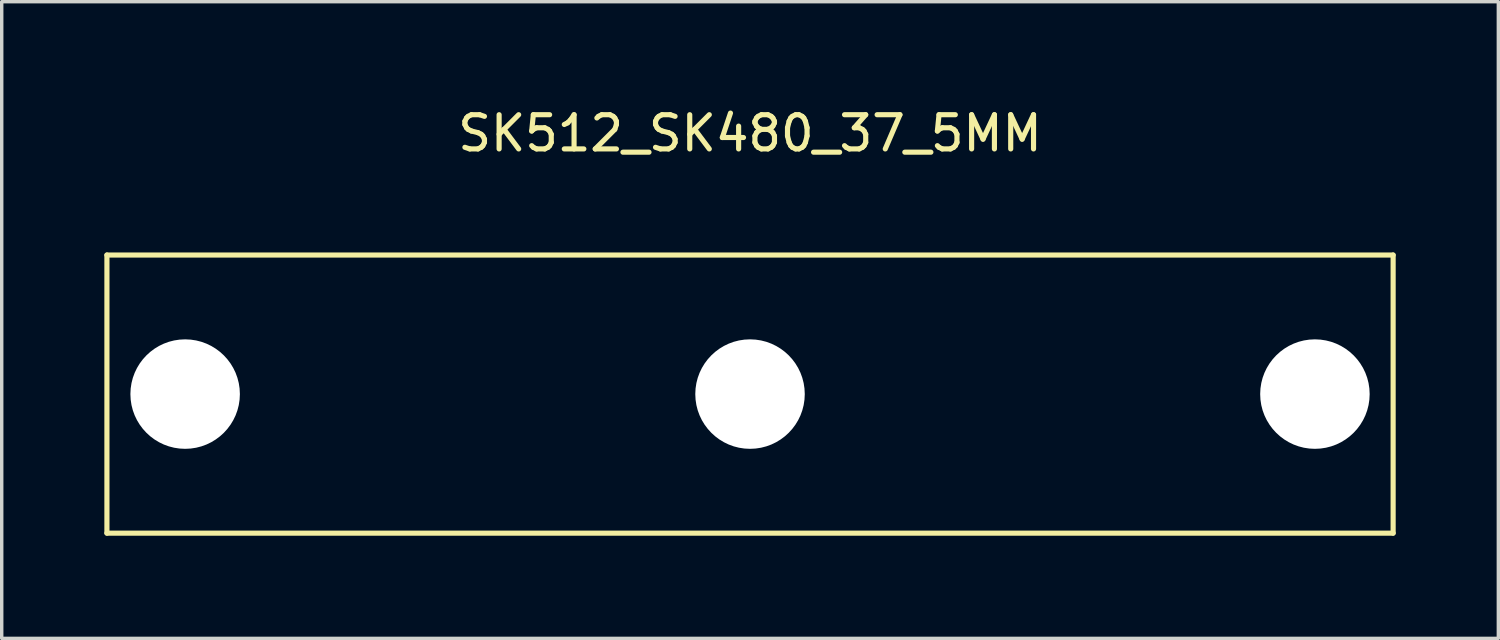
<source format=kicad_pcb>
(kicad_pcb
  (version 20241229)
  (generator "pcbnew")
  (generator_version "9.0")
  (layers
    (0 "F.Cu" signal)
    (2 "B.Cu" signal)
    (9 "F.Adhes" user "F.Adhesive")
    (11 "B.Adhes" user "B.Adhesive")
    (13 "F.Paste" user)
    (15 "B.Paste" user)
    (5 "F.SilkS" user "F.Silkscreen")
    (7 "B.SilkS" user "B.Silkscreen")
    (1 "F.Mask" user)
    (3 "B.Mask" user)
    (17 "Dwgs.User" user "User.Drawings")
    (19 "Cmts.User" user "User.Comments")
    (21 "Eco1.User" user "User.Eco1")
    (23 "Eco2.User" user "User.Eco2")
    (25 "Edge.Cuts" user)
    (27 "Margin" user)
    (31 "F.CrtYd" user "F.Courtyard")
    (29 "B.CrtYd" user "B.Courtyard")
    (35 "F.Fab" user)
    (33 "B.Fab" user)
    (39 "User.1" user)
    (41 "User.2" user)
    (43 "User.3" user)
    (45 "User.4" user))
  (footprint "SK512_SK480_37_5MM"
    (layer "F.Cu")
    (at 18.871 8.468)
    (property "Reference" "SK512_SK480_37_5MM" (at 0 -7.62 0) (layer "F.SilkS") (effects (font (size 1 1) (thickness 0.15))))
    (attr through_hole)
    (fp_line (start -18.796 -4.064) (end 18.796 -4.064) (stroke (width 0.15) (type solid)) (layer "F.SilkS"))
    (fp_line (start -18.796 4.064) (end -18.796 -4.064) (stroke (width 0.15) (type solid)) (layer "F.SilkS"))
    (fp_line (start 18.796 -4.064) (end 18.796 4.064) (stroke (width 0.15) (type solid)) (layer "F.SilkS"))
    (fp_line (start 18.796 4.064) (end -18.796 4.064) (stroke (width 0.15) (type solid)) (layer "F.SilkS"))
    (pad "" np_thru_hole circle (at -16.51 0) (size 3.2 3.2) (drill 3.2) (layers "*.Cu" "*.Mask"))
    (pad "" np_thru_hole circle (at 0 0) (size 3.2 3.2) (drill 3.2) (layers "*.Cu" "*.Mask"))
    (pad "" np_thru_hole circle (at 16.51 0) (size 3.2 3.2) (drill 3.2) (layers "*.Cu" "*.Mask")))
  (gr_rect
    (start -3 -3)
    (end 40.742 15.607)
    (stroke (width 0.1) (type default))
    (fill no)
    (layer "Edge.Cuts")))
</source>
